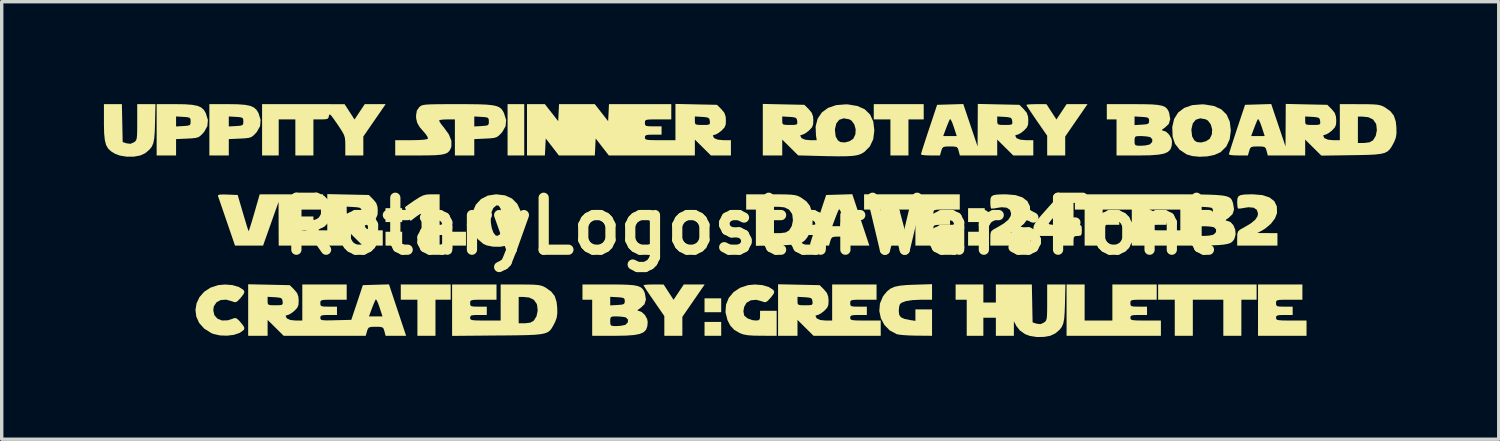
<source format=kicad_pcb>
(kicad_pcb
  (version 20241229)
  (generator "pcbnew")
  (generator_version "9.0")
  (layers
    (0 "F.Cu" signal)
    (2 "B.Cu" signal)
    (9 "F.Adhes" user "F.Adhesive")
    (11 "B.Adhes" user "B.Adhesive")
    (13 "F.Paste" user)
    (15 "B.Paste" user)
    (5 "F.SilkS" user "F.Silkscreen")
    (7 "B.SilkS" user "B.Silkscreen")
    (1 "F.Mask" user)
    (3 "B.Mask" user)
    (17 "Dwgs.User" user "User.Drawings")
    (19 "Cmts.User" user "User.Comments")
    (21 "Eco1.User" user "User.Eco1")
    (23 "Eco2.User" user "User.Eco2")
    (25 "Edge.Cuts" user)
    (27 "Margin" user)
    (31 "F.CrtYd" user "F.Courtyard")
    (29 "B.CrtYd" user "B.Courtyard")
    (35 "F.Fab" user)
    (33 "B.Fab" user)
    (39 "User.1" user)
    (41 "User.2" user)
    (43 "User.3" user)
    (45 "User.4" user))
  (footprint "RotaryLogostarWarsFont"
    (layer "F.Cu")
    (at 18.928 3.588)
    (property "Reference" "RotaryLogostarWarsFont" (at 0 0 0) (layer "F.SilkS") (effects (font (size 1.524 1.524) (thickness 0.3))))
    (attr board_only exclude_from_pos_files exclude_from_bom)
    (fp_poly (pts (xy -10.176 -0.122) (xy -10.665 -0.122) (xy -10.665 -0.529) (xy -10.176 -0.529)) (stroke (width 0) (type solid)) (fill yes) (layer "F.SilkS"))
    (fp_poly (pts (xy -10.176 0.57) (xy -10.665 0.57) (xy -10.665 0.163) (xy -10.176 0.163)) (stroke (width 0) (type solid)) (fill yes) (layer "F.SilkS"))
    (fp_poly (pts (xy -8.304 0.57) (xy -8.792 0.57) (xy -8.792 0.163) (xy -8.304 0.163)) (stroke (width 0) (type solid)) (fill yes) (layer "F.SilkS"))
    (fp_poly (pts (xy -6.594 -2.076) (xy -7.083 -2.076) (xy -7.083 -3.582) (xy -6.594 -3.582)) (stroke (width 0) (type solid)) (fill yes) (layer "F.SilkS"))
    (fp_poly (pts (xy -0.814 2.524) (xy -1.303 2.524) (xy -1.303 2.117) (xy -0.814 2.117)) (stroke (width 0) (type solid)) (fill yes) (layer "F.SilkS"))
    (fp_poly (pts (xy -0.814 3.216) (xy -1.303 3.216) (xy -1.303 2.809) (xy -0.814 2.809)) (stroke (width 0) (type solid)) (fill yes) (layer "F.SilkS"))
    (fp_poly (pts (xy 6.92 -0.122) (xy 6.431 -0.122) (xy 6.431 -0.529) (xy 6.92 -0.529)) (stroke (width 0) (type solid)) (fill yes) (layer "F.SilkS"))
    (fp_poly (pts (xy 6.92 0.57) (xy 6.431 0.57) (xy 6.431 0.163) (xy 6.92 0.163)) (stroke (width 0) (type solid)) (fill yes) (layer "F.SilkS"))
    (fp_poly (pts (xy -8.752 2.157) (xy -9.199 2.157) (xy -9.199 3.216) (xy -9.729 3.216) (xy -9.729 2.157) (xy -10.217 2.157) (xy -10.217 1.71) (xy -8.752 1.71)) (stroke (width 0) (type solid)) (fill yes) (layer "F.SilkS"))
    (fp_poly (pts (xy 4.844 -0.488) (xy 4.396 -0.488) (xy 4.396 0.57) (xy 3.867 0.57) (xy 3.867 -0.488) (xy 3.379 -0.488) (xy 3.379 -0.936) (xy 4.844 -0.936)) (stroke (width 0) (type solid)) (fill yes) (layer "F.SilkS"))
    (fp_poly (pts (xy 5.129 -3.134) (xy 4.681 -3.134) (xy 4.681 -2.076) (xy 4.152 -2.076) (xy 4.152 -3.134) (xy 3.663 -3.134) (xy 3.663 -3.582) (xy 5.129 -3.582)) (stroke (width 0) (type solid)) (fill yes) (layer "F.SilkS"))
    (fp_poly (pts (xy 14.898 2.157) (xy 14.45 2.157) (xy 14.45 3.216) (xy 13.921 3.216) (xy 13.921 2.157) (xy 13.026 2.157) (xy 13.026 3.216) (xy 12.496 3.216) (xy 12.496 2.157) (xy 12.008 2.157) (xy 12.008 1.71) (xy 14.898 1.71)) (stroke (width 0) (type solid)) (fill yes) (layer "F.SilkS"))
    (fp_poly (pts (xy -1.626 2.185) (xy -1.954 2.66) (xy -1.954 3.216) (xy -2.483 3.216) (xy -2.483 2.637) (xy -2.788 2.195) (xy -2.902 2.03) (xy -2.996 1.89) (xy -3.062 1.787) (xy -3.093 1.735) (xy -3.094 1.732) (xy -3.056 1.721) (xy -2.958 1.713) (xy -2.818 1.71) (xy -2.798 1.71) (xy -2.503 1.711) (xy -2.357 1.936) (xy -2.212 2.16) (xy -2.062 1.935) (xy -1.912 1.71) (xy -1.299 1.71)) (stroke (width 0) (type solid)) (fill yes) (layer "F.SilkS"))
    (fp_poly (pts (xy 9.608 -3.107) (xy 9.281 -2.632) (xy 9.281 -2.076) (xy 8.752 -2.076) (xy 8.752 -2.655) (xy 8.446 -3.096) (xy 8.333 -3.262) (xy 8.239 -3.402) (xy 8.172 -3.505) (xy 8.142 -3.557) (xy 8.141 -3.56) (xy 8.178 -3.571) (xy 8.277 -3.578) (xy 8.416 -3.581) (xy 8.436 -3.582) (xy 8.731 -3.581) (xy 8.877 -3.356) (xy 9.023 -3.131) (xy 9.173 -3.357) (xy 9.322 -3.582) (xy 9.936 -3.582)) (stroke (width 0) (type solid)) (fill yes) (layer "F.SilkS"))
    (fp_poly (pts (xy -9.077 0.57) (xy -9.606 0.57) (xy -9.606 0.102) (xy -9.608 -0.083) (xy -9.613 -0.233) (xy -9.621 -0.333) (xy -9.629 -0.366) (xy -9.673 -0.344) (xy -9.755 -0.287) (xy -9.792 -0.26) (xy -9.931 -0.154) (xy -10.013 -0.345) (xy -10.06 -0.457) (xy -10.089 -0.533) (xy -10.095 -0.552) (xy -10.064 -0.581) (xy -9.98 -0.642) (xy -9.861 -0.725) (xy -9.821 -0.752) (xy -9.674 -0.846) (xy -9.564 -0.902) (xy -9.464 -0.928) (xy -9.345 -0.936) (xy -9.312 -0.936) (xy -9.077 -0.936)) (stroke (width 0) (type solid)) (fill yes) (layer "F.SilkS"))
    (fp_poly (pts (xy 6.187 -0.488) (xy 5.8 -0.488) (xy 5.621 -0.488) (xy 5.508 -0.483) (xy 5.446 -0.47) (xy 5.42 -0.445) (xy 5.414 -0.404) (xy 5.414 -0.387) (xy 5.419 -0.33) (xy 5.447 -0.3) (xy 5.518 -0.287) (xy 5.649 -0.285) (xy 5.658 -0.285) (xy 5.902 -0.285) (xy 5.902 -0.041) (xy 5.658 -0.041) (xy 5.522 -0.038) (xy 5.448 -0.025) (xy 5.418 0.005) (xy 5.414 0.041) (xy 5.419 0.076) (xy 5.444 0.1) (xy 5.502 0.113) (xy 5.609 0.12) (xy 5.777 0.122) (xy 5.862 0.122) (xy 6.309 0.122) (xy 6.309 0.57) (xy 4.885 0.57) (xy 4.885 -0.936) (xy 6.187 -0.936)) (stroke (width 0) (type solid)) (fill yes) (layer "F.SilkS"))
    (fp_poly (pts (xy 16.241 2.157) (xy 15.855 2.157) (xy 15.676 2.158) (xy 15.563 2.163) (xy 15.5 2.176) (xy 15.474 2.201) (xy 15.468 2.242) (xy 15.468 2.259) (xy 15.473 2.316) (xy 15.501 2.346) (xy 15.572 2.358) (xy 15.704 2.361) (xy 15.712 2.361) (xy 15.956 2.361) (xy 15.956 2.605) (xy 15.712 2.605) (xy 15.576 2.608) (xy 15.502 2.621) (xy 15.472 2.65) (xy 15.468 2.687) (xy 15.473 2.722) (xy 15.498 2.746) (xy 15.557 2.759) (xy 15.663 2.766) (xy 15.831 2.768) (xy 15.916 2.768) (xy 16.363 2.768) (xy 16.363 3.216) (xy 14.939 3.216) (xy 14.939 1.71) (xy 16.241 1.71)) (stroke (width 0) (type solid)) (fill yes) (layer "F.SilkS"))
    (fp_poly (pts (xy -16.548 -3.578) (xy -16.338 -3.562) (xy -16.184 -3.532) (xy -16.074 -3.484) (xy -15.997 -3.414) (xy -15.939 -3.318) (xy -15.877 -3.118) (xy -15.893 -2.936) (xy -15.987 -2.768) (xy -16.014 -2.737) (xy -16.087 -2.662) (xy -16.151 -2.616) (xy -16.231 -2.591) (xy -16.35 -2.578) (xy -16.482 -2.571) (xy -16.811 -2.556) (xy -16.811 -2.076) (xy -17.381 -2.076) (xy -17.381 -3.22) (xy -16.811 -3.22) (xy -16.811 -2.927) (xy -16.598 -2.939) (xy -16.473 -2.949) (xy -16.41 -2.968) (xy -16.387 -3.01) (xy -16.384 -3.073) (xy -16.388 -3.145) (xy -16.416 -3.182) (xy -16.487 -3.2) (xy -16.598 -3.208) (xy -16.811 -3.22) (xy -17.381 -3.22) (xy -17.381 -3.582) (xy -16.828 -3.582)) (stroke (width 0) (type solid)) (fill yes) (layer "F.SilkS"))
    (fp_poly (pts (xy -15.002 -3.578) (xy -14.791 -3.562) (xy -14.637 -3.532) (xy -14.528 -3.484) (xy -14.45 -3.414) (xy -14.392 -3.318) (xy -14.33 -3.118) (xy -14.346 -2.936) (xy -14.44 -2.768) (xy -14.467 -2.737) (xy -14.54 -2.662) (xy -14.604 -2.616) (xy -14.684 -2.591) (xy -14.803 -2.578) (xy -14.935 -2.571) (xy -15.264 -2.556) (xy -15.264 -2.076) (xy -15.834 -2.076) (xy -15.834 -3.22) (xy -15.264 -3.22) (xy -15.264 -2.927) (xy -15.051 -2.939) (xy -14.926 -2.949) (xy -14.863 -2.968) (xy -14.84 -3.01) (xy -14.837 -3.073) (xy -14.842 -3.145) (xy -14.869 -3.182) (xy -14.94 -3.2) (xy -15.051 -3.208) (xy -15.264 -3.22) (xy -15.834 -3.22) (xy -15.834 -3.582) (xy -15.281 -3.582)) (stroke (width 0) (type solid)) (fill yes) (layer "F.SilkS"))
    (fp_poly (pts (xy -10.988 -3.107) (xy -11.316 -2.632) (xy -11.316 -2.076) (xy -11.845 -2.076) (xy -11.845 -2.364) (xy -11.847 -2.496) (xy -11.858 -2.596) (xy -11.886 -2.685) (xy -11.941 -2.786) (xy -12.029 -2.922) (xy -12.079 -2.996) (xy -12.185 -3.148) (xy -12.254 -3.24) (xy -12.296 -3.278) (xy -12.318 -3.271) (xy -12.326 -3.237) (xy -12.34 -3.178) (xy -12.377 -3.147) (xy -12.459 -3.136) (xy -12.56 -3.134) (xy -12.781 -3.134) (xy -12.781 -2.076) (xy -13.311 -2.076) (xy -13.311 -3.134) (xy -13.799 -3.134) (xy -13.799 -2.076) (xy -14.287 -2.076) (xy -14.287 -3.582) (xy -11.866 -3.581) (xy -11.72 -3.356) (xy -11.574 -3.131) (xy -11.424 -3.357) (xy -11.274 -3.582) (xy -10.661 -3.582)) (stroke (width 0) (type solid)) (fill yes) (layer "F.SilkS"))
    (fp_poly (pts (xy -18.378 -2.469) (xy -18.265 -2.432) (xy -18.148 -2.418) (xy -18.051 -2.46) (xy -18.01 -2.49) (xy -17.982 -2.526) (xy -17.965 -2.584) (xy -17.956 -2.677) (xy -17.952 -2.821) (xy -17.951 -3.03) (xy -17.951 -3.054) (xy -17.951 -3.582) (xy -17.416 -3.582) (xy -17.429 -3.015) (xy -17.437 -2.762) (xy -17.452 -2.575) (xy -17.479 -2.438) (xy -17.522 -2.336) (xy -17.588 -2.252) (xy -17.681 -2.171) (xy -17.721 -2.14) (xy -17.863 -2.075) (xy -18.052 -2.041) (xy -18.261 -2.04) (xy -18.46 -2.073) (xy -18.599 -2.124) (xy -18.719 -2.197) (xy -18.806 -2.279) (xy -18.866 -2.386) (xy -18.902 -2.531) (xy -18.922 -2.726) (xy -18.928 -2.987) (xy -18.928 -3.042) (xy -18.928 -3.582) (xy -18.401 -3.582)) (stroke (width 0) (type solid)) (fill yes) (layer "F.SilkS"))
    (fp_poly (pts (xy 9.851 2.768) (xy 10.665 2.768) (xy 10.665 1.71) (xy 11.967 1.71) (xy 11.967 2.157) (xy 11.581 2.157) (xy 11.401 2.158) (xy 11.288 2.163) (xy 11.226 2.176) (xy 11.2 2.201) (xy 11.194 2.242) (xy 11.194 2.259) (xy 11.199 2.316) (xy 11.227 2.346) (xy 11.298 2.358) (xy 11.43 2.361) (xy 11.438 2.361) (xy 11.682 2.361) (xy 11.682 2.605) (xy 11.438 2.605) (xy 11.302 2.608) (xy 11.228 2.621) (xy 11.198 2.65) (xy 11.194 2.687) (xy 11.199 2.722) (xy 11.224 2.746) (xy 11.283 2.759) (xy 11.389 2.766) (xy 11.557 2.768) (xy 11.642 2.768) (xy 12.089 2.768) (xy 12.089 3.216) (xy 9.321 3.216) (xy 9.321 1.71) (xy 9.851 1.71)) (stroke (width 0) (type solid)) (fill yes) (layer "F.SilkS"))
    (fp_poly (pts (xy 5.373 2.157) (xy 5.057 2.157) (xy 4.806 2.168) (xy 4.61 2.198) (xy 4.478 2.246) (xy 4.43 2.289) (xy 4.408 2.362) (xy 4.397 2.474) (xy 4.397 2.492) (xy 4.41 2.601) (xy 4.46 2.673) (xy 4.563 2.72) (xy 4.717 2.752) (xy 4.885 2.778) (xy 4.885 2.442) (xy 5.373 2.442) (xy 5.373 3.216) (xy 4.915 3.212) (xy 4.717 3.207) (xy 4.538 3.196) (xy 4.4 3.181) (xy 4.335 3.167) (xy 4.13 3.057) (xy 3.974 2.896) (xy 3.871 2.701) (xy 3.826 2.487) (xy 3.844 2.27) (xy 3.931 2.065) (xy 3.965 2.017) (xy 4.056 1.909) (xy 4.153 1.832) (xy 4.27 1.779) (xy 4.424 1.746) (xy 4.63 1.726) (xy 4.854 1.717) (xy 5.373 1.701)) (stroke (width 0) (type solid)) (fill yes) (layer "F.SilkS"))
    (fp_poly (pts (xy 3.534 0.57) (xy 2.933 0.57) (xy 2.899 0.438) (xy 2.874 0.361) (xy 2.837 0.322) (xy 2.763 0.307) (xy 2.645 0.305) (xy 2.517 0.308) (xy 2.447 0.325) (xy 2.411 0.368) (xy 2.387 0.438) (xy 2.349 0.57) (xy 2.07 0.57) (xy 1.931 0.566) (xy 1.831 0.555) (xy 1.791 0.539) (xy 1.791 0.538) (xy 1.803 0.492) (xy 1.838 0.38) (xy 1.89 0.217) (xy 1.956 0.015) (xy 1.961 0) (xy 2.445 0) (xy 2.842 0) (xy 2.756 -0.264) (xy 2.71 -0.391) (xy 2.67 -0.475) (xy 2.645 -0.499) (xy 2.644 -0.499) (xy 2.617 -0.447) (xy 2.574 -0.342) (xy 2.532 -0.234) (xy 2.445 0) (xy 1.961 0) (xy 2.029 -0.204) (xy 2.266 -0.916) (xy 2.65 -0.927) (xy 3.033 -0.939)) (stroke (width 0) (type solid)) (fill yes) (layer "F.SilkS"))
    (fp_poly (pts (xy 7.823 -0.912) (xy 8.03 -0.844) (xy 8.172 -0.733) (xy 8.247 -0.581) (xy 8.251 -0.389) (xy 8.249 -0.379) (xy 8.19 -0.227) (xy 8.071 -0.072) (xy 7.91 0.066) (xy 7.815 0.124) (xy 7.673 0.2) (xy 8.263 0.204) (xy 8.263 0.57) (xy 7.083 0.57) (xy 7.083 0.356) (xy 7.086 0.231) (xy 7.107 0.156) (xy 7.164 0.102) (xy 7.275 0.041) (xy 7.479 -0.08) (xy 7.611 -0.189) (xy 7.68 -0.294) (xy 7.693 -0.371) (xy 7.66 -0.48) (xy 7.565 -0.543) (xy 7.415 -0.557) (xy 7.297 -0.539) (xy 7.188 -0.52) (xy 7.116 -0.517) (xy 7.104 -0.521) (xy 7.091 -0.572) (xy 7.083 -0.673) (xy 7.083 -0.714) (xy 7.089 -0.809) (xy 7.116 -0.873) (xy 7.177 -0.91) (xy 7.288 -0.929) (xy 7.46 -0.935) (xy 7.551 -0.935)) (stroke (width 0) (type solid)) (fill yes) (layer "F.SilkS"))
    (fp_poly (pts (xy 9.525 -0.041) (xy 9.647 -0.041) (xy 9.725 -0.034) (xy 9.76 0.001) (xy 9.769 0.087) (xy 9.769 0.122) (xy 9.764 0.227) (xy 9.738 0.273) (xy 9.673 0.285) (xy 9.647 0.285) (xy 9.565 0.293) (xy 9.531 0.333) (xy 9.525 0.427) (xy 9.525 0.57) (xy 9.118 0.57) (xy 9.118 0.285) (xy 8.345 0.285) (xy 8.345 0.112) (xy 8.348 0.04) (xy 8.365 -0.026) (xy 8.388 -0.071) (xy 8.794 -0.071) (xy 8.829 -0.052) (xy 8.919 -0.041) (xy 8.955 -0.041) (xy 9.118 -0.041) (xy 9.118 -0.458) (xy 8.957 -0.28) (xy 8.87 -0.18) (xy 8.811 -0.102) (xy 8.794 -0.071) (xy 8.388 -0.071) (xy 8.403 -0.099) (xy 8.47 -0.191) (xy 8.575 -0.317) (xy 8.727 -0.488) (xy 8.736 -0.499) (xy 9.127 -0.936) (xy 9.525 -0.936)) (stroke (width 0) (type solid)) (fill yes) (layer "F.SilkS"))
    (fp_poly (pts (xy 15.068 -0.912) (xy 15.276 -0.844) (xy 15.418 -0.733) (xy 15.492 -0.581) (xy 15.497 -0.389) (xy 15.495 -0.379) (xy 15.436 -0.227) (xy 15.317 -0.072) (xy 15.155 0.066) (xy 15.061 0.124) (xy 14.918 0.2) (xy 15.509 0.204) (xy 15.509 0.57) (xy 14.328 0.57) (xy 14.328 0.356) (xy 14.331 0.231) (xy 14.353 0.156) (xy 14.41 0.102) (xy 14.52 0.041) (xy 14.724 -0.08) (xy 14.857 -0.189) (xy 14.925 -0.294) (xy 14.939 -0.371) (xy 14.905 -0.48) (xy 14.81 -0.543) (xy 14.661 -0.557) (xy 14.543 -0.539) (xy 14.433 -0.52) (xy 14.361 -0.517) (xy 14.349 -0.521) (xy 14.336 -0.572) (xy 14.329 -0.673) (xy 14.328 -0.714) (xy 14.334 -0.809) (xy 14.361 -0.873) (xy 14.423 -0.91) (xy 14.533 -0.929) (xy 14.706 -0.935) (xy 14.796 -0.935)) (stroke (width 0) (type solid)) (fill yes) (layer "F.SilkS"))
    (fp_poly (pts (xy 0.641 -0.936) (xy 0.903 -0.935) (xy 1.098 -0.932) (xy 1.239 -0.925) (xy 1.34 -0.913) (xy 1.415 -0.895) (xy 1.478 -0.868) (xy 1.523 -0.844) (xy 1.686 -0.729) (xy 1.789 -0.597) (xy 1.845 -0.425) (xy 1.864 -0.253) (xy 1.866 -0.081) (xy 1.847 0.046) (xy 1.801 0.166) (xy 1.783 0.201) (xy 1.715 0.323) (xy 1.646 0.412) (xy 1.562 0.475) (xy 1.45 0.516) (xy 1.297 0.541) (xy 1.089 0.555) (xy 0.832 0.563) (xy 0.204 0.576) (xy 0.204 0.204) (xy 0.733 0.204) (xy 0.916 0.204) (xy 1.076 0.184) (xy 1.178 0.124) (xy 1.257 -0.005) (xy 1.291 -0.17) (xy 1.273 -0.335) (xy 1.26 -0.37) (xy 1.176 -0.488) (xy 1.039 -0.553) (xy 0.873 -0.57) (xy 0.733 -0.57) (xy 0.733 0.204) (xy 0.204 0.204) (xy 0.204 -0.488) (xy -0.081 -0.488) (xy -0.081 -0.936)) (stroke (width 0) (type solid)) (fill yes) (layer "F.SilkS"))
    (fp_poly (pts (xy 6.879 2.239) (xy 7.246 2.239) (xy 7.246 1.71) (xy 8.302 1.71) (xy 8.324 2.822) (xy 8.437 2.86) (xy 8.555 2.874) (xy 8.651 2.832) (xy 8.692 2.802) (xy 8.72 2.765) (xy 8.738 2.708) (xy 8.747 2.615) (xy 8.751 2.47) (xy 8.752 2.261) (xy 8.752 2.238) (xy 8.752 1.71) (xy 9.287 1.71) (xy 9.274 2.277) (xy 9.265 2.529) (xy 9.251 2.716) (xy 9.224 2.853) (xy 9.18 2.956) (xy 9.115 3.04) (xy 9.021 3.121) (xy 8.981 3.151) (xy 8.839 3.217) (xy 8.65 3.25) (xy 8.442 3.251) (xy 8.242 3.219) (xy 8.103 3.167) (xy 7.949 3.058) (xy 7.849 2.931) (xy 7.775 2.79) (xy 7.775 3.216) (xy 7.246 3.216) (xy 7.246 2.687) (xy 6.879 2.687) (xy 6.879 3.216) (xy 6.391 3.216) (xy 6.391 2.157) (xy 6.065 2.157) (xy 6.065 1.71) (xy 6.879 1.71)) (stroke (width 0) (type solid)) (fill yes) (layer "F.SilkS"))
    (fp_poly (pts (xy 0.396 1.729) (xy 0.58 1.783) (xy 0.708 1.865) (xy 0.722 1.88) (xy 0.743 1.928) (xy 0.723 1.988) (xy 0.652 2.081) (xy 0.636 2.099) (xy 0.552 2.191) (xy 0.494 2.229) (xy 0.437 2.226) (xy 0.39 2.207) (xy 0.217 2.16) (xy 0.056 2.174) (xy -0.07 2.247) (xy -0.074 2.252) (xy -0.138 2.362) (xy -0.163 2.495) (xy -0.142 2.611) (xy -0.132 2.63) (xy -0.042 2.705) (xy 0.094 2.755) (xy 0.201 2.768) (xy 0.285 2.76) (xy 0.319 2.721) (xy 0.326 2.625) (xy 0.326 2.483) (xy 0.814 2.483) (xy 0.814 3.216) (xy 0.356 3.215) (xy 0.128 3.211) (xy -0.038 3.199) (xy -0.162 3.176) (xy -0.262 3.14) (xy -0.265 3.139) (xy -0.433 3.041) (xy -0.55 2.913) (xy -0.629 2.758) (xy -0.688 2.525) (xy -0.673 2.303) (xy -0.592 2.103) (xy -0.452 1.935) (xy -0.26 1.807) (xy -0.025 1.729) (xy 0.174 1.711)) (stroke (width 0) (type solid)) (fill yes) (layer "F.SilkS"))
    (fp_poly (pts (xy 13.37 -3.573) (xy 13.648 -3.527) (xy 13.863 -3.428) (xy 14.017 -3.276) (xy 14.11 -3.07) (xy 14.141 -2.812) (xy 14.141 -2.809) (xy 14.108 -2.551) (xy 14.01 -2.34) (xy 13.847 -2.178) (xy 13.83 -2.167) (xy 13.663 -2.093) (xy 13.45 -2.049) (xy 13.219 -2.038) (xy 13.001 -2.06) (xy 12.841 -2.109) (xy 12.641 -2.242) (xy 12.502 -2.419) (xy 12.433 -2.626) (xy 12.426 -2.814) (xy 12.985 -2.814) (xy 13.006 -2.634) (xy 13.071 -2.518) (xy 13.148 -2.469) (xy 13.273 -2.457) (xy 13.411 -2.492) (xy 13.518 -2.562) (xy 13.524 -2.569) (xy 13.585 -2.696) (xy 13.593 -2.844) (xy 13.553 -2.987) (xy 13.471 -3.098) (xy 13.404 -3.137) (xy 13.243 -3.166) (xy 13.113 -3.124) (xy 13.025 -3.017) (xy 12.986 -2.851) (xy 12.985 -2.814) (xy 12.426 -2.814) (xy 12.422 -2.909) (xy 12.477 -3.146) (xy 12.595 -3.335) (xy 12.773 -3.471) (xy 13.009 -3.553) (xy 13.297 -3.576)) (stroke (width 0) (type solid)) (fill yes) (layer "F.SilkS"))
    (fp_poly (pts (xy -15.153 1.729) (xy -14.969 1.783) (xy -14.841 1.865) (xy -14.827 1.88) (xy -14.806 1.928) (xy -14.827 1.988) (xy -14.898 2.081) (xy -14.913 2.099) (xy -14.997 2.191) (xy -15.055 2.229) (xy -15.112 2.226) (xy -15.159 2.207) (xy -15.339 2.156) (xy -15.498 2.166) (xy -15.624 2.233) (xy -15.702 2.349) (xy -15.72 2.463) (xy -15.687 2.611) (xy -15.595 2.715) (xy -15.46 2.767) (xy -15.294 2.762) (xy -15.159 2.718) (xy -15.09 2.694) (xy -15.036 2.705) (xy -14.971 2.761) (xy -14.913 2.826) (xy -14.834 2.926) (xy -14.806 2.99) (xy -14.822 3.038) (xy -14.827 3.045) (xy -14.944 3.131) (xy -15.115 3.188) (xy -15.316 3.213) (xy -15.525 3.205) (xy -15.718 3.161) (xy -15.773 3.139) (xy -15.987 3.004) (xy -16.134 2.839) (xy -16.218 2.652) (xy -16.242 2.457) (xy -16.21 2.263) (xy -16.124 2.082) (xy -15.987 1.925) (xy -15.803 1.804) (xy -15.575 1.729) (xy -15.375 1.711)) (stroke (width 0) (type solid)) (fill yes) (layer "F.SilkS"))
    (fp_poly (pts (xy -7.159 -0.905) (xy -6.952 -0.811) (xy -6.798 -0.656) (xy -6.698 -0.441) (xy -6.68 -0.37) (xy -6.656 -0.096) (xy -6.706 0.15) (xy -6.826 0.362) (xy -6.975 0.505) (xy -7.119 0.572) (xy -7.307 0.604) (xy -7.51 0.601) (xy -7.697 0.563) (xy -7.792 0.521) (xy -7.962 0.376) (xy -8.079 0.177) (xy -8.136 -0.064) (xy -8.141 -0.163) (xy -8.129 -0.257) (xy -7.577 -0.257) (xy -7.573 -0.096) (xy -7.546 0.058) (xy -7.5 0.186) (xy -7.438 0.267) (xy -7.387 0.285) (xy -7.324 0.253) (xy -7.288 0.206) (xy -7.266 0.127) (xy -7.251 -0.005) (xy -7.246 -0.161) (xy -7.246 -0.163) (xy -7.257 -0.373) (xy -7.291 -0.521) (xy -7.343 -0.602) (xy -7.41 -0.611) (xy -7.489 -0.545) (xy -7.508 -0.52) (xy -7.557 -0.405) (xy -7.577 -0.257) (xy -8.129 -0.257) (xy -8.108 -0.422) (xy -8.012 -0.635) (xy -7.861 -0.797) (xy -7.661 -0.899) (xy -7.418 -0.936) (xy -7.417 -0.936)) (stroke (width 0) (type solid)) (fill yes) (layer "F.SilkS"))
    (fp_poly (pts (xy -3.801 1.711) (xy -3.563 1.718) (xy -3.386 1.732) (xy -3.259 1.757) (xy -3.172 1.795) (xy -3.113 1.848) (xy -3.073 1.92) (xy -3.052 1.976) (xy -3.023 2.151) (xy -3.066 2.291) (xy -3.182 2.4) (xy -3.186 2.403) (xy -3.262 2.456) (xy -3.265 2.481) (xy -3.244 2.483) (xy -3.145 2.519) (xy -3.051 2.608) (xy -2.987 2.724) (xy -2.971 2.809) (xy -2.982 2.939) (xy -3.019 3.039) (xy -3.091 3.112) (xy -3.208 3.162) (xy -3.378 3.194) (xy -3.611 3.211) (xy -3.915 3.216) (xy -3.946 3.216) (xy -4.6 3.216) (xy -4.6 2.788) (xy -4.071 2.788) (xy -4.067 2.875) (xy -4.041 2.917) (xy -3.97 2.93) (xy -3.885 2.931) (xy -3.753 2.922) (xy -3.645 2.899) (xy -3.62 2.889) (xy -3.553 2.82) (xy -3.55 2.741) (xy -3.608 2.681) (xy -3.633 2.671) (xy -3.733 2.656) (xy -3.865 2.647) (xy -3.898 2.646) (xy -4.006 2.65) (xy -4.056 2.673) (xy -4.07 2.734) (xy -4.071 2.788) (xy -4.6 2.788) (xy -4.6 2.157) (xy -4.885 2.157) (xy -4.885 2.072) (xy -4.071 2.072) (xy -4.071 2.324) (xy -3.857 2.312) (xy -3.732 2.302) (xy -3.668 2.282) (xy -3.646 2.241) (xy -3.643 2.198) (xy -3.65 2.138) (xy -3.685 2.106) (xy -3.767 2.09) (xy -3.857 2.084) (xy -4.071 2.072) (xy -4.885 2.072) (xy -4.885 1.71) (xy -4.109 1.71)) (stroke (width 0) (type solid)) (fill yes) (layer "F.SilkS"))
    (fp_poly (pts (xy 11.586 -3.58) (xy 11.823 -3.574) (xy 12 -3.559) (xy 12.127 -3.534) (xy 12.215 -3.497) (xy 12.273 -3.443) (xy 12.314 -3.372) (xy 12.334 -3.316) (xy 12.363 -3.14) (xy 12.32 -3) (xy 12.204 -2.891) (xy 12.2 -2.889) (xy 12.125 -2.836) (xy 12.122 -2.811) (xy 12.142 -2.809) (xy 12.242 -2.773) (xy 12.335 -2.684) (xy 12.399 -2.567) (xy 12.415 -2.482) (xy 12.405 -2.353) (xy 12.368 -2.253) (xy 12.295 -2.18) (xy 12.178 -2.129) (xy 12.008 -2.098) (xy 11.775 -2.081) (xy 11.471 -2.076) (xy 11.44 -2.076) (xy 10.787 -2.076) (xy 10.787 -2.503) (xy 11.316 -2.503) (xy 11.32 -2.416) (xy 11.346 -2.375) (xy 11.416 -2.362) (xy 11.502 -2.361) (xy 11.634 -2.37) (xy 11.741 -2.393) (xy 11.766 -2.403) (xy 11.833 -2.471) (xy 11.837 -2.55) (xy 11.779 -2.611) (xy 11.754 -2.62) (xy 11.654 -2.636) (xy 11.522 -2.645) (xy 11.489 -2.645) (xy 11.381 -2.642) (xy 11.331 -2.619) (xy 11.317 -2.557) (xy 11.316 -2.503) (xy 10.787 -2.503) (xy 10.787 -3.134) (xy 10.502 -3.134) (xy 10.502 -3.22) (xy 11.316 -3.22) (xy 11.316 -2.967) (xy 11.53 -2.98) (xy 11.654 -2.99) (xy 11.718 -3.01) (xy 11.741 -3.051) (xy 11.743 -3.094) (xy 11.736 -3.153) (xy 11.702 -3.186) (xy 11.62 -3.201) (xy 11.53 -3.208) (xy 11.316 -3.22) (xy 10.502 -3.22) (xy 10.502 -3.582) (xy 11.277 -3.582)) (stroke (width 0) (type solid)) (fill yes) (layer "F.SilkS"))
    (fp_poly (pts (xy -7.408 2.157) (xy -7.795 2.157) (xy -7.974 2.158) (xy -8.087 2.163) (xy -8.149 2.176) (xy -8.176 2.201) (xy -8.182 2.242) (xy -8.182 2.259) (xy -8.177 2.316) (xy -8.148 2.346) (xy -8.078 2.358) (xy -7.946 2.361) (xy -7.938 2.361) (xy -7.693 2.361) (xy -7.693 2.605) (xy -7.938 2.605) (xy -8.074 2.608) (xy -8.148 2.621) (xy -8.177 2.65) (xy -8.182 2.687) (xy -8.177 2.722) (xy -8.152 2.746) (xy -8.093 2.759) (xy -7.987 2.766) (xy -7.818 2.768) (xy -7.734 2.768) (xy -7.286 2.768) (xy -7.286 1.71) (xy -6.706 1.71) (xy -6.472 1.712) (xy -6.303 1.717) (xy -6.183 1.727) (xy -6.095 1.745) (xy -6.023 1.772) (xy -5.967 1.802) (xy -5.804 1.917) (xy -5.7 2.049) (xy -5.645 2.221) (xy -5.626 2.393) (xy -5.624 2.564) (xy -5.643 2.692) (xy -5.688 2.811) (xy -5.706 2.847) (xy -5.754 2.937) (xy -5.798 3.01) (xy -5.847 3.068) (xy -5.911 3.113) (xy -5.998 3.146) (xy -6.116 3.169) (xy -6.275 3.185) (xy -6.482 3.195) (xy -6.747 3.201) (xy -7.078 3.205) (xy -7.371 3.207) (xy -8.711 3.219) (xy -8.711 2.849) (xy -6.757 2.849) (xy -6.574 2.849) (xy -6.414 2.83) (xy -6.312 2.77) (xy -6.233 2.641) (xy -6.199 2.476) (xy -6.217 2.311) (xy -6.23 2.275) (xy -6.314 2.158) (xy -6.451 2.093) (xy -6.617 2.076) (xy -6.757 2.076) (xy -6.757 2.849) (xy -8.711 2.849) (xy -8.711 1.71) (xy -7.408 1.71)) (stroke (width 0) (type solid)) (fill yes) (layer "F.SilkS"))
    (fp_poly (pts (xy 1.465 1.717) (xy 2.075 1.73) (xy 2.204 1.859) (xy 2.29 1.963) (xy 2.328 2.071) (xy 2.337 2.178) (xy 2.331 2.306) (xy 2.296 2.394) (xy 2.214 2.48) (xy 2.208 2.486) (xy 2.112 2.56) (xy 2.033 2.601) (xy 2.014 2.605) (xy 1.96 2.623) (xy 1.954 2.638) (xy 1.991 2.708) (xy 2.097 2.753) (xy 2.247 2.768) (xy 2.442 2.768) (xy 2.442 1.71) (xy 3.745 1.71) (xy 3.745 2.157) (xy 3.358 2.157) (xy 3.179 2.158) (xy 3.066 2.163) (xy 3.004 2.176) (xy 2.978 2.201) (xy 2.972 2.242) (xy 2.971 2.259) (xy 2.977 2.316) (xy 3.005 2.346) (xy 3.075 2.358) (xy 3.207 2.361) (xy 3.216 2.361) (xy 3.46 2.361) (xy 3.46 2.605) (xy 3.216 2.605) (xy 3.079 2.608) (xy 3.006 2.621) (xy 2.976 2.65) (xy 2.971 2.687) (xy 2.977 2.722) (xy 3.001 2.746) (xy 3.06 2.759) (xy 3.167 2.766) (xy 3.335 2.768) (xy 3.419 2.768) (xy 3.867 2.768) (xy 3.867 3.216) (xy 1.895 3.216) (xy 1.66 2.983) (xy 1.425 2.75) (xy 1.425 3.216) (xy 0.855 3.216) (xy 0.855 2.072) (xy 1.425 2.072) (xy 1.425 2.196) (xy 1.428 2.267) (xy 1.452 2.304) (xy 1.516 2.318) (xy 1.64 2.32) (xy 1.651 2.32) (xy 1.78 2.318) (xy 1.846 2.306) (xy 1.868 2.273) (xy 1.865 2.21) (xy 1.865 2.208) (xy 1.851 2.142) (xy 1.814 2.107) (xy 1.731 2.091) (xy 1.638 2.084) (xy 1.425 2.072) (xy 0.855 2.072) (xy 0.855 1.704)) (stroke (width 0) (type solid)) (fill yes) (layer "F.SilkS"))
    (fp_poly (pts (xy -8.199 -3.581) (xy -7.919 -3.577) (xy -7.701 -3.568) (xy -7.536 -3.551) (xy -7.415 -3.527) (xy -7.328 -3.491) (xy -7.267 -3.444) (xy -7.221 -3.382) (xy -7.188 -3.318) (xy -7.125 -3.118) (xy -7.141 -2.936) (xy -7.236 -2.768) (xy -7.262 -2.737) (xy -7.335 -2.662) (xy -7.4 -2.616) (xy -7.479 -2.591) (xy -7.598 -2.578) (xy -7.73 -2.571) (xy -8.06 -2.556) (xy -8.06 -2.076) (xy -8.629 -2.076) (xy -8.629 -3.134) (xy -8.847 -3.134) (xy -8.973 -3.13) (xy -9.063 -3.118) (xy -9.089 -3.108) (xy -9.079 -3.067) (xy -9.024 -2.985) (xy -8.954 -2.899) (xy -8.807 -2.696) (xy -8.732 -2.507) (xy -8.732 -2.337) (xy -8.749 -2.287) (xy -8.786 -2.216) (xy -8.838 -2.162) (xy -8.917 -2.124) (xy -9.033 -2.099) (xy -9.198 -2.084) (xy -9.423 -2.078) (xy -9.69 -2.076) (xy -10.38 -2.076) (xy -10.38 -2.524) (xy -9.914 -2.524) (xy -9.692 -2.528) (xy -9.531 -2.539) (xy -9.439 -2.557) (xy -9.421 -2.568) (xy -9.431 -2.62) (xy -9.487 -2.705) (xy -9.536 -2.761) (xy -9.663 -2.908) (xy -9.735 -3.034) (xy -9.766 -3.166) (xy -9.768 -3.22) (xy -8.06 -3.22) (xy -8.06 -2.927) (xy -7.846 -2.939) (xy -7.722 -2.949) (xy -7.658 -2.968) (xy -7.635 -3.01) (xy -7.632 -3.073) (xy -7.637 -3.145) (xy -7.664 -3.182) (xy -7.735 -3.2) (xy -7.846 -3.208) (xy -8.06 -3.22) (xy -9.768 -3.22) (xy -9.769 -3.247) (xy -9.745 -3.394) (xy -9.675 -3.494) (xy -9.643 -3.521) (xy -9.607 -3.542) (xy -9.554 -3.557) (xy -9.476 -3.568) (xy -9.363 -3.575) (xy -9.203 -3.579) (xy -8.987 -3.581) (xy -8.704 -3.582) (xy -8.552 -3.582)) (stroke (width 0) (type solid)) (fill yes) (layer "F.SilkS"))
    (fp_poly (pts (xy 7.936 -3.562) (xy 8.065 -3.433) (xy 8.152 -3.329) (xy 8.19 -3.22) (xy 8.198 -3.114) (xy 8.192 -2.985) (xy 8.157 -2.898) (xy 8.076 -2.811) (xy 8.069 -2.805) (xy 7.974 -2.732) (xy 7.895 -2.69) (xy 7.876 -2.687) (xy 7.822 -2.669) (xy 7.815 -2.654) (xy 7.853 -2.583) (xy 7.962 -2.539) (xy 8.129 -2.524) (xy 8.345 -2.524) (xy 8.345 -2.076) (xy 7.757 -2.076) (xy 7.521 -2.309) (xy 7.286 -2.542) (xy 7.286 -2.076) (xy 6.19 -2.076) (xy 6.155 -2.208) (xy 6.131 -2.285) (xy 6.093 -2.324) (xy 6.019 -2.338) (xy 5.901 -2.341) (xy 5.774 -2.338) (xy 5.703 -2.321) (xy 5.667 -2.278) (xy 5.643 -2.208) (xy 5.606 -2.076) (xy 5.326 -2.076) (xy 5.188 -2.08) (xy 5.088 -2.091) (xy 5.048 -2.107) (xy 5.047 -2.107) (xy 5.06 -2.154) (xy 5.094 -2.266) (xy 5.146 -2.428) (xy 5.212 -2.63) (xy 5.217 -2.646) (xy 5.701 -2.646) (xy 6.098 -2.646) (xy 6.012 -2.91) (xy 5.967 -3.037) (xy 5.927 -3.121) (xy 5.902 -3.145) (xy 5.901 -3.144) (xy 5.874 -3.092) (xy 5.83 -2.988) (xy 5.788 -2.88) (xy 5.701 -2.646) (xy 5.217 -2.646) (xy 5.285 -2.85) (xy 5.522 -3.562) (xy 6.29 -3.585) (xy 6.5 -2.963) (xy 6.709 -2.341) (xy 6.713 -2.964) (xy 6.714 -3.22) (xy 7.286 -3.22) (xy 7.286 -3.096) (xy 7.29 -3.025) (xy 7.314 -2.988) (xy 7.378 -2.974) (xy 7.502 -2.971) (xy 7.513 -2.971) (xy 7.642 -2.973) (xy 7.708 -2.986) (xy 7.73 -3.018) (xy 7.727 -3.081) (xy 7.727 -3.083) (xy 7.712 -3.149) (xy 7.675 -3.184) (xy 7.593 -3.201) (xy 7.5 -3.208) (xy 7.286 -3.22) (xy 6.714 -3.22) (xy 6.716 -3.588)) (stroke (width 0) (type solid)) (fill yes) (layer "F.SilkS"))
    (fp_poly (pts (xy 1.627 -3.562) (xy 1.756 -3.433) (xy 1.842 -3.329) (xy 1.881 -3.22) (xy 1.889 -3.114) (xy 1.883 -2.985) (xy 1.848 -2.898) (xy 1.767 -2.811) (xy 1.76 -2.805) (xy 1.665 -2.732) (xy 1.585 -2.69) (xy 1.567 -2.687) (xy 1.513 -2.669) (xy 1.506 -2.654) (xy 1.544 -2.583) (xy 1.649 -2.538) (xy 1.797 -2.524) (xy 1.989 -2.524) (xy 1.967 -2.664) (xy 1.961 -2.814) (xy 2.524 -2.814) (xy 2.545 -2.634) (xy 2.61 -2.518) (xy 2.687 -2.469) (xy 2.812 -2.457) (xy 2.949 -2.492) (xy 3.057 -2.562) (xy 3.063 -2.569) (xy 3.124 -2.696) (xy 3.132 -2.844) (xy 3.092 -2.987) (xy 3.01 -3.098) (xy 2.943 -3.137) (xy 2.781 -3.166) (xy 2.652 -3.124) (xy 2.564 -3.017) (xy 2.525 -2.851) (xy 2.524 -2.814) (xy 1.961 -2.814) (xy 1.957 -2.929) (xy 2.016 -3.155) (xy 2.139 -3.338) (xy 2.322 -3.472) (xy 2.558 -3.553) (xy 2.844 -3.576) (xy 2.909 -3.573) (xy 3.186 -3.527) (xy 3.402 -3.428) (xy 3.556 -3.276) (xy 3.649 -3.07) (xy 3.68 -2.812) (xy 3.68 -2.809) (xy 3.647 -2.551) (xy 3.548 -2.34) (xy 3.386 -2.178) (xy 3.369 -2.167) (xy 3.3 -2.127) (xy 3.222 -2.096) (xy 3.124 -2.074) (xy 2.997 -2.06) (xy 2.828 -2.052) (xy 2.61 -2.051) (xy 2.329 -2.055) (xy 1.995 -2.063) (xy 1.445 -2.078) (xy 1.211 -2.31) (xy 0.977 -2.542) (xy 0.977 -2.076) (xy 0.407 -2.076) (xy 0.407 -3.22) (xy 0.977 -3.22) (xy 0.977 -3.096) (xy 0.98 -3.025) (xy 1.004 -2.988) (xy 1.068 -2.974) (xy 1.193 -2.971) (xy 1.204 -2.971) (xy 1.332 -2.973) (xy 1.398 -2.986) (xy 1.42 -3.018) (xy 1.417 -3.081) (xy 1.417 -3.083) (xy 1.403 -3.149) (xy 1.366 -3.184) (xy 1.284 -3.201) (xy 1.191 -3.208) (xy 0.977 -3.22) (xy 0.407 -3.22) (xy 0.407 -3.588)) (stroke (width 0) (type solid)) (fill yes) (layer "F.SilkS"))
    (fp_poly (pts (xy -0.938 -3.562) (xy -0.809 -3.433) (xy -0.722 -3.329) (xy -0.684 -3.22) (xy -0.676 -3.114) (xy -0.681 -2.985) (xy -0.717 -2.898) (xy -0.798 -2.811) (xy -0.805 -2.805) (xy -0.9 -2.732) (xy -0.979 -2.69) (xy -0.998 -2.687) (xy -1.052 -2.669) (xy -1.058 -2.654) (xy -1.021 -2.583) (xy -0.912 -2.539) (xy -0.745 -2.524) (xy -0.529 -2.524) (xy -0.529 -2.076) (xy -1.117 -2.076) (xy -1.352 -2.309) (xy -1.587 -2.542) (xy -1.587 -2.076) (xy -4.111 -2.076) (xy -4.305 -2.325) (xy -4.498 -2.575) (xy -4.51 -2.325) (xy -4.522 -2.076) (xy -5.577 -2.076) (xy -5.77 -2.325) (xy -5.963 -2.575) (xy -5.975 -2.325) (xy -5.988 -2.076) (xy -6.513 -2.076) (xy -6.513 -3.582) (xy -5.989 -3.582) (xy -5.793 -3.332) (xy -5.597 -3.082) (xy -5.585 -3.332) (xy -5.573 -3.582) (xy -4.524 -3.582) (xy -4.328 -3.332) (xy -4.132 -3.082) (xy -4.119 -3.332) (xy -4.107 -3.582) (xy -2.279 -3.582) (xy -2.279 -3.134) (xy -2.666 -3.134) (xy -2.845 -3.134) (xy -2.958 -3.129) (xy -3.02 -3.116) (xy -3.047 -3.091) (xy -3.053 -3.05) (xy -3.053 -3.033) (xy -3.048 -2.976) (xy -3.019 -2.946) (xy -2.949 -2.933) (xy -2.817 -2.931) (xy -2.809 -2.931) (xy -2.564 -2.931) (xy -2.564 -2.687) (xy -2.809 -2.687) (xy -2.945 -2.684) (xy -3.019 -2.671) (xy -3.048 -2.641) (xy -3.053 -2.605) (xy -3.048 -2.57) (xy -3.023 -2.546) (xy -2.964 -2.532) (xy -2.858 -2.526) (xy -2.69 -2.524) (xy -2.605 -2.524) (xy -2.157 -2.524) (xy -2.157 -3.22) (xy -1.587 -3.22) (xy -1.587 -3.096) (xy -1.584 -3.025) (xy -1.56 -2.988) (xy -1.496 -2.974) (xy -1.372 -2.971) (xy -1.361 -2.971) (xy -1.232 -2.973) (xy -1.166 -2.986) (xy -1.144 -3.018) (xy -1.147 -3.081) (xy -1.147 -3.083) (xy -1.161 -3.149) (xy -1.199 -3.184) (xy -1.281 -3.201) (xy -1.374 -3.208) (xy -1.587 -3.22) (xy -2.157 -3.22) (xy -2.157 -3.588)) (stroke (width 0) (type solid)) (fill yes) (layer "F.SilkS"))
    (fp_poly (pts (xy -11.764 -0.929) (xy -11.155 -0.916) (xy -11.026 -0.787) (xy -10.939 -0.683) (xy -10.901 -0.574) (xy -10.893 -0.468) (xy -10.898 -0.34) (xy -10.934 -0.252) (xy -11.015 -0.166) (xy -11.022 -0.16) (xy -11.117 -0.086) (xy -11.196 -0.044) (xy -11.215 -0.041) (xy -11.269 -0.023) (xy -11.275 -0.008) (xy -11.238 0.063) (xy -11.129 0.107) (xy -10.962 0.122) (xy -10.746 0.122) (xy -10.746 0.57) (xy -11.334 0.57) (xy -11.804 0.104) (xy -11.804 0.57) (xy -13.799 0.57) (xy -13.802 -0.071) (xy -13.804 -0.712) (xy -14.031 -0.071) (xy -14.258 0.57) (xy -15.081 0.57) (xy -15.322 -0.132) (xy -15.4 -0.36) (xy -15.47 -0.563) (xy -15.526 -0.727) (xy -15.565 -0.84) (xy -15.582 -0.887) (xy -15.573 -0.915) (xy -15.514 -0.929) (xy -15.394 -0.931) (xy -15.302 -0.928) (xy -15.003 -0.916) (xy -14.849 -0.39) (xy -14.791 -0.196) (xy -14.742 -0.033) (xy -14.705 0.085) (xy -14.685 0.143) (xy -14.683 0.147) (xy -14.669 0.114) (xy -14.636 0.017) (xy -14.59 -0.131) (xy -14.535 -0.317) (xy -14.514 -0.389) (xy -14.357 -0.936) (xy -12.496 -0.936) (xy -12.496 -0.488) (xy -12.883 -0.488) (xy -13.062 -0.488) (xy -13.175 -0.483) (xy -13.237 -0.47) (xy -13.264 -0.445) (xy -13.27 -0.404) (xy -13.27 -0.387) (xy -13.265 -0.33) (xy -13.236 -0.3) (xy -13.166 -0.287) (xy -13.034 -0.285) (xy -13.026 -0.285) (xy -12.781 -0.285) (xy -12.781 -0.041) (xy -13.026 -0.041) (xy -13.162 -0.038) (xy -13.236 -0.025) (xy -13.265 0.005) (xy -13.27 0.041) (xy -13.265 0.076) (xy -13.24 0.1) (xy -13.181 0.113) (xy -13.075 0.12) (xy -12.907 0.122) (xy -12.822 0.122) (xy -12.374 0.122) (xy -12.374 -0.574) (xy -11.804 -0.574) (xy -11.804 -0.45) (xy -11.801 -0.379) (xy -11.777 -0.342) (xy -11.713 -0.328) (xy -11.589 -0.326) (xy -11.578 -0.326) (xy -11.449 -0.328) (xy -11.383 -0.34) (xy -11.361 -0.373) (xy -11.364 -0.435) (xy -11.364 -0.438) (xy -11.378 -0.503) (xy -11.416 -0.539) (xy -11.498 -0.555) (xy -11.591 -0.562) (xy -11.804 -0.574) (xy -12.374 -0.574) (xy -12.374 -0.942)) (stroke (width 0) (type solid)) (fill yes) (layer "F.SilkS"))
    (fp_poly (pts (xy -14.085 1.717) (xy -13.475 1.73) (xy -13.346 1.859) (xy -13.259 1.963) (xy -13.221 2.071) (xy -13.213 2.178) (xy -13.219 2.306) (xy -13.254 2.394) (xy -13.335 2.48) (xy -13.342 2.486) (xy -13.437 2.56) (xy -13.516 2.601) (xy -13.535 2.605) (xy -13.589 2.623) (xy -13.596 2.638) (xy -13.558 2.708) (xy -13.453 2.753) (xy -13.302 2.768) (xy -13.107 2.768) (xy -13.107 1.71) (xy -11.804 1.71) (xy -11.804 2.157) (xy -12.191 2.157) (xy -12.37 2.158) (xy -12.483 2.163) (xy -12.545 2.176) (xy -12.572 2.201) (xy -12.578 2.242) (xy -12.578 2.259) (xy -12.573 2.316) (xy -12.544 2.346) (xy -12.474 2.358) (xy -12.342 2.361) (xy -12.334 2.361) (xy -12.089 2.361) (xy -12.089 2.605) (xy -12.334 2.605) (xy -12.47 2.608) (xy -12.544 2.621) (xy -12.573 2.65) (xy -12.578 2.688) (xy -12.573 2.724) (xy -12.551 2.747) (xy -12.496 2.759) (xy -12.396 2.764) (xy -12.235 2.762) (xy -12.123 2.759) (xy -11.669 2.748) (xy -11.635 2.646) (xy -11.15 2.646) (xy -10.754 2.646) (xy -10.84 2.381) (xy -10.885 2.255) (xy -10.925 2.171) (xy -10.95 2.146) (xy -10.951 2.147) (xy -10.978 2.199) (xy -11.022 2.303) (xy -11.064 2.412) (xy -11.15 2.646) (xy -11.635 2.646) (xy -11.499 2.239) (xy -11.33 1.73) (xy -10.946 1.718) (xy -10.563 1.707) (xy -10.061 3.216) (xy -10.662 3.216) (xy -10.697 3.083) (xy -10.721 3.007) (xy -10.758 2.968) (xy -10.833 2.953) (xy -10.951 2.951) (xy -11.078 2.954) (xy -11.148 2.971) (xy -11.185 3.014) (xy -11.208 3.083) (xy -11.246 3.216) (xy -13.654 3.216) (xy -13.889 2.983) (xy -14.125 2.75) (xy -14.125 3.216) (xy -14.695 3.216) (xy -14.695 2.072) (xy -14.125 2.072) (xy -14.125 2.196) (xy -14.121 2.267) (xy -14.097 2.304) (xy -14.033 2.318) (xy -13.909 2.32) (xy -13.898 2.32) (xy -13.769 2.318) (xy -13.703 2.306) (xy -13.681 2.273) (xy -13.684 2.21) (xy -13.684 2.208) (xy -13.699 2.142) (xy -13.736 2.107) (xy -13.818 2.091) (xy -13.911 2.084) (xy -14.125 2.072) (xy -14.695 2.072) (xy -14.695 1.704)) (stroke (width 0) (type solid)) (fill yes) (layer "F.SilkS"))
    (fp_poly (pts (xy 12.244 -0.936) (xy 12.668 -0.936) (xy 13.023 -0.934) (xy 13.315 -0.93) (xy 13.552 -0.924) (xy 13.739 -0.915) (xy 13.883 -0.902) (xy 13.99 -0.884) (xy 14.067 -0.86) (xy 14.119 -0.831) (xy 14.154 -0.795) (xy 14.178 -0.752) (xy 14.197 -0.701) (xy 14.207 -0.67) (xy 14.236 -0.494) (xy 14.193 -0.355) (xy 14.077 -0.246) (xy 14.073 -0.243) (xy 13.997 -0.19) (xy 13.994 -0.165) (xy 14.015 -0.163) (xy 14.126 -0.126) (xy 14.215 -0.032) (xy 14.27 0.098) (xy 14.282 0.242) (xy 14.246 0.369) (xy 14.214 0.42) (xy 14.175 0.462) (xy 14.12 0.496) (xy 14.041 0.521) (xy 13.931 0.54) (xy 13.779 0.554) (xy 13.58 0.562) (xy 13.323 0.567) (xy 13.002 0.569) (xy 12.607 0.57) (xy 11.235 0.57) (xy 11.235 0.142) (xy 13.188 0.142) (xy 13.192 0.23) (xy 13.218 0.271) (xy 13.289 0.284) (xy 13.374 0.285) (xy 13.506 0.276) (xy 13.614 0.253) (xy 13.639 0.243) (xy 13.706 0.175) (xy 13.709 0.095) (xy 13.651 0.035) (xy 13.626 0.026) (xy 13.526 0.01) (xy 13.394 0.001) (xy 13.361 0.001) (xy 13.253 0.004) (xy 13.203 0.027) (xy 13.189 0.089) (xy 13.188 0.142) (xy 11.235 0.142) (xy 11.235 0.041) (xy 11.764 0.041) (xy 11.769 0.076) (xy 11.794 0.1) (xy 11.852 0.113) (xy 11.959 0.12) (xy 12.127 0.122) (xy 12.212 0.122) (xy 12.659 0.122) (xy 12.659 -0.488) (xy 11.764 -0.488) (xy 11.764 -0.387) (xy 11.769 -0.33) (xy 11.797 -0.3) (xy 11.868 -0.287) (xy 11.999 -0.285) (xy 12.008 -0.285) (xy 12.252 -0.285) (xy 12.252 -0.041) (xy 12.008 -0.041) (xy 11.872 -0.038) (xy 11.798 -0.025) (xy 11.768 0.005) (xy 11.764 0.041) (xy 11.235 0.041) (xy 11.235 -0.488) (xy 10.38 -0.488) (xy 10.38 -0.387) (xy 10.385 -0.33) (xy 10.413 -0.3) (xy 10.484 -0.287) (xy 10.615 -0.285) (xy 10.624 -0.285) (xy 10.868 -0.285) (xy 10.868 -0.041) (xy 10.38 -0.041) (xy 10.38 0.57) (xy 9.851 0.57) (xy 9.851 -0.488) (xy 9.566 -0.488) (xy 9.566 -0.574) (xy 13.188 -0.574) (xy 13.188 -0.321) (xy 13.402 -0.334) (xy 13.527 -0.344) (xy 13.591 -0.364) (xy 13.613 -0.405) (xy 13.616 -0.448) (xy 13.609 -0.508) (xy 13.574 -0.54) (xy 13.492 -0.555) (xy 13.402 -0.562) (xy 13.188 -0.574) (xy 9.566 -0.574) (xy 9.566 -0.936) (xy 11.745 -0.936)) (stroke (width 0) (type solid)) (fill yes) (layer "F.SilkS"))
    (fp_poly (pts (xy 16.973 -3.562) (xy 17.102 -3.433) (xy 17.188 -3.329) (xy 17.226 -3.22) (xy 17.235 -3.114) (xy 17.229 -2.985) (xy 17.194 -2.898) (xy 17.112 -2.811) (xy 17.106 -2.805) (xy 17.011 -2.732) (xy 16.931 -2.69) (xy 16.912 -2.687) (xy 16.859 -2.669) (xy 16.852 -2.654) (xy 16.889 -2.583) (xy 16.995 -2.538) (xy 17.145 -2.524) (xy 17.34 -2.524) (xy 17.34 -3.582) (xy 17.92 -3.581) (xy 18.154 -3.58) (xy 18.323 -3.575) (xy 18.444 -3.565) (xy 18.532 -3.547) (xy 18.603 -3.52) (xy 18.659 -3.49) (xy 18.823 -3.375) (xy 18.926 -3.243) (xy 18.982 -3.071) (xy 19 -2.899) (xy 19.003 -2.727) (xy 18.984 -2.6) (xy 18.938 -2.48) (xy 18.92 -2.445) (xy 18.863 -2.339) (xy 18.807 -2.257) (xy 18.742 -2.196) (xy 18.657 -2.152) (xy 18.54 -2.123) (xy 18.381 -2.104) (xy 18.169 -2.093) (xy 17.893 -2.087) (xy 17.697 -2.084) (xy 16.798 -2.071) (xy 16.56 -2.306) (xy 16.423 -2.442) (xy 17.87 -2.442) (xy 18.053 -2.442) (xy 18.213 -2.462) (xy 18.315 -2.521) (xy 18.394 -2.651) (xy 18.427 -2.816) (xy 18.41 -2.981) (xy 18.397 -3.016) (xy 18.313 -3.134) (xy 18.176 -3.199) (xy 18.009 -3.216) (xy 17.87 -3.216) (xy 17.87 -2.442) (xy 16.423 -2.442) (xy 16.323 -2.542) (xy 16.323 -2.076) (xy 15.226 -2.076) (xy 15.192 -2.208) (xy 15.167 -2.285) (xy 15.13 -2.324) (xy 15.056 -2.338) (xy 14.938 -2.341) (xy 14.81 -2.338) (xy 14.74 -2.321) (xy 14.703 -2.278) (xy 14.68 -2.208) (xy 14.642 -2.076) (xy 14.363 -2.076) (xy 14.224 -2.08) (xy 14.124 -2.091) (xy 14.084 -2.107) (xy 14.084 -2.107) (xy 14.096 -2.154) (xy 14.131 -2.266) (xy 14.183 -2.428) (xy 14.249 -2.63) (xy 14.254 -2.646) (xy 14.738 -2.646) (xy 15.135 -2.646) (xy 15.049 -2.91) (xy 15.003 -3.037) (xy 14.963 -3.121) (xy 14.938 -3.145) (xy 14.937 -3.144) (xy 14.91 -3.092) (xy 14.867 -2.988) (xy 14.825 -2.88) (xy 14.738 -2.646) (xy 14.254 -2.646) (xy 14.321 -2.85) (xy 14.559 -3.562) (xy 15.327 -3.585) (xy 15.746 -2.341) (xy 15.751 -3.22) (xy 16.323 -3.22) (xy 16.323 -3.096) (xy 16.326 -3.025) (xy 16.35 -2.988) (xy 16.414 -2.974) (xy 16.538 -2.971) (xy 16.549 -2.971) (xy 16.678 -2.973) (xy 16.744 -2.986) (xy 16.766 -3.018) (xy 16.763 -3.081) (xy 16.763 -3.083) (xy 16.749 -3.149) (xy 16.712 -3.184) (xy 16.63 -3.201) (xy 16.536 -3.208) (xy 16.323 -3.22) (xy 15.751 -3.22) (xy 15.753 -3.588)) (stroke (width 0) (type solid)) (fill yes) (layer "F.SilkS")))
  (gr_rect
    (start -3 -3)
    (end 40.931 9.839)
    (stroke (width 0.1) (type default))
    (fill no)
    (layer "Edge.Cuts")))
</source>
